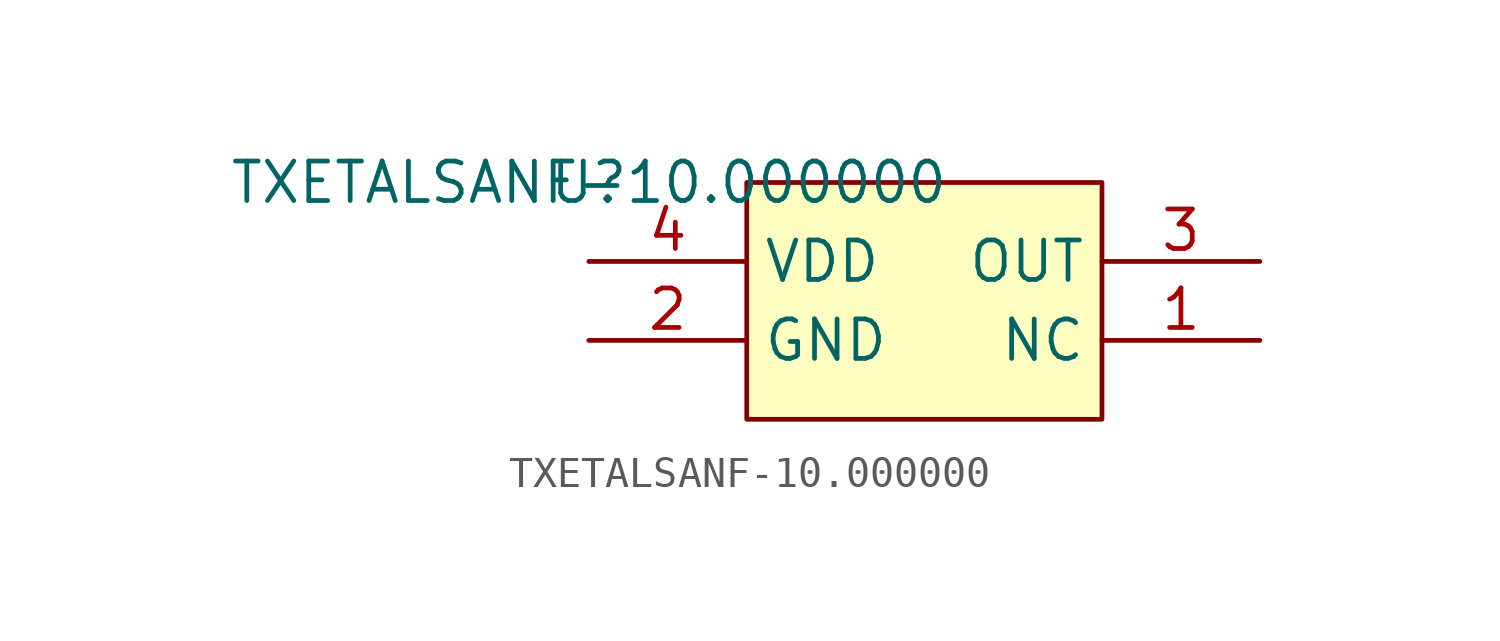
<source format=kicad_sym>
(kicad_symbol_lib
  (version 20231120)
  (generator "kicad_symbol_editor")
  (generator_version "8.0")
  (symbol "TXETALSANF-10.000000"
    (property "Reference" "U"
      (at 0 0 0)
      (effects (font (size 1.27 1.27))))
    (property "Value" "TXETALSANF-10.000000"
      (at 0 0 0)
      (effects (font (size 1.27 1.27))))
    (symbol "TXETALSANF-10.000000_1_1"
      (rectangle (start 5.08 0) (end 16.51 -7.62) (stroke (width 0) (type default)) (fill (type background)))
      (pin passive line (at 21.59 -5.08 180) (length 5.08) (name "NC" (effects (font (size 1.27 1.27)))) (number "1" (effects (font (size 1.27 1.27)))))
      (pin passive line (at 0 -5.08 0) (length 5.08) (name "GND" (effects (font (size 1.27 1.27)))) (number "2" (effects (font (size 1.27 1.27)))))
      (pin passive line (at 21.59 -2.54 180) (length 5.08) (name "OUT" (effects (font (size 1.27 1.27)))) (number "3" (effects (font (size 1.27 1.27)))))
      (pin passive line (at 0 -2.54 0) (length 5.08) (name "VDD" (effects (font (size 1.27 1.27)))) (number "4" (effects (font (size 1.27 1.27))))))))
</source>
